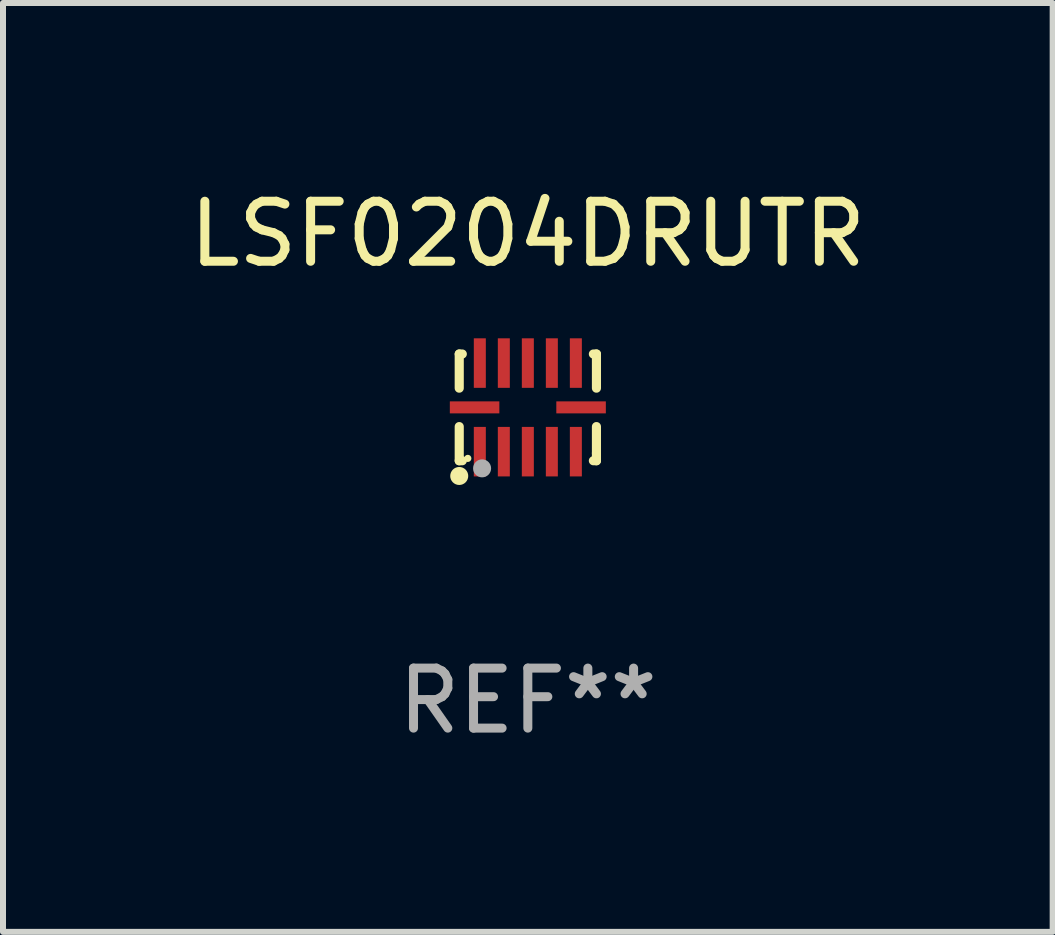
<source format=kicad_pcb>
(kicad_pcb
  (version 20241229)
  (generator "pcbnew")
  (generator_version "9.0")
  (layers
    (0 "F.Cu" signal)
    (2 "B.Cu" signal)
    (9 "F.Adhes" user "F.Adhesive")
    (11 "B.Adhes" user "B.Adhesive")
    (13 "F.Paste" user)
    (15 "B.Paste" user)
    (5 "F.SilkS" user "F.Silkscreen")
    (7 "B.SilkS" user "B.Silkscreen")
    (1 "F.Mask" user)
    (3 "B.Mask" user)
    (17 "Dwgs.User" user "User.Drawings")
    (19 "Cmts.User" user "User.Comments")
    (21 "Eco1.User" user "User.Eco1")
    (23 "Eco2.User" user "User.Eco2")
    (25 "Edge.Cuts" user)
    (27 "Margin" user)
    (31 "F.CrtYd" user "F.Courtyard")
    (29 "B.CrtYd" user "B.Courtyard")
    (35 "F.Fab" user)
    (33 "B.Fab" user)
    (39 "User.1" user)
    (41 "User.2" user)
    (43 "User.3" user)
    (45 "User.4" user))
  (footprint "LSF0204DRUTR"
    (layer "F.Cu")
    (at 5.744 3.737)
    (property "Reference" "LSF0204DRUTR" (at 0 -2.889 0) (layer "F.SilkS") (effects (font (size 1 1) (thickness 0.15))))
    (attr through_hole)
    (fp_line (start -1.143 -0.889) (end -1.143 -0.32) (stroke (width 0.152) (type solid)) (layer "F.SilkS"))
    (fp_line (start -1.143 0.32) (end -1.143 0.889) (stroke (width 0.152) (type solid)) (layer "F.SilkS"))
    (fp_line (start -1.143 0.889) (end -1.092 0.889) (stroke (width 0.152) (type solid)) (layer "F.SilkS"))
    (fp_line (start -1.092 -0.889) (end -1.143 -0.889) (stroke (width 0.152) (type solid)) (layer "F.SilkS"))
    (fp_line (start 1.092 0.889) (end 1.143 0.889) (stroke (width 0.152) (type solid)) (layer "F.SilkS"))
    (fp_line (start 1.143 -0.889) (end 1.092 -0.889) (stroke (width 0.152) (type solid)) (layer "F.SilkS"))
    (fp_line (start 1.143 -0.32) (end 1.143 -0.889) (stroke (width 0.152) (type solid)) (layer "F.SilkS"))
    (fp_line (start 1.143 0.762) (end 1.143 0.32) (stroke (width 0.152) (type solid)) (layer "F.SilkS"))
    (fp_line (start 1.143 0.889) (end 1.143 0.762) (stroke (width 0.152) (type solid)) (layer "F.SilkS"))
    (fp_circle (center -1.143 1.143) (end -1.068 1.143) (stroke (width 0.15) (type solid)) (fill no) (layer "F.SilkS"))
    (fp_circle (center -1 0.85) (end -0.97 0.85) (stroke (width 0.06) (type solid)) (fill no) (layer "F.SilkS"))
    (fp_circle (center -0.762 1.016) (end -0.687 1.016) (stroke (width 0.15) (type solid)) (fill no) (layer "F.Fab"))
    (fp_text user "REF**" (at 0 4.889 0) (layer "F.Fab") (effects (font (size 1 1) (thickness 0.15))))
    (pad "1" smd rect (at -0.8 0.738) (size 0.2 0.825) (layers "F.Cu" "F.Mask" "F.Paste"))
    (pad "2" smd rect (at -0.4 0.738) (size 0.2 0.825) (layers "F.Cu" "F.Mask" "F.Paste"))
    (pad "3" smd rect (at 0 0.738) (size 0.2 0.825) (layers "F.Cu" "F.Mask" "F.Paste"))
    (pad "4" smd rect (at 0.4 0.738) (size 0.2 0.825) (layers "F.Cu" "F.Mask" "F.Paste"))
    (pad "5" smd rect (at 0.8 0.738) (size 0.2 0.825) (layers "F.Cu" "F.Mask" "F.Paste"))
    (pad "6" smd rect (at 0.887 0) (size 0.825 0.2) (layers "F.Cu" "F.Mask" "F.Paste"))
    (pad "7" smd rect (at 0.8 -0.738) (size 0.2 0.825) (layers "F.Cu" "F.Mask" "F.Paste"))
    (pad "8" smd rect (at 0.4 -0.738) (size 0.2 0.825) (layers "F.Cu" "F.Mask" "F.Paste"))
    (pad "9" smd rect (at 0 -0.738) (size 0.2 0.825) (layers "F.Cu" "F.Mask" "F.Paste"))
    (pad "10" smd rect (at -0.4 -0.738) (size 0.2 0.825) (layers "F.Cu" "F.Mask" "F.Paste"))
    (pad "11" smd rect (at -0.8 -0.738) (size 0.2 0.825) (layers "F.Cu" "F.Mask" "F.Paste"))
    (pad "12" smd rect (at -0.887 0) (size 0.825 0.2) (layers "F.Cu" "F.Mask" "F.Paste")))
  (gr_rect
    (start -3 -3)
    (end 14.488 12.475)
    (stroke (width 0.1) (type default))
    (fill no)
    (layer "Edge.Cuts")))
</source>
